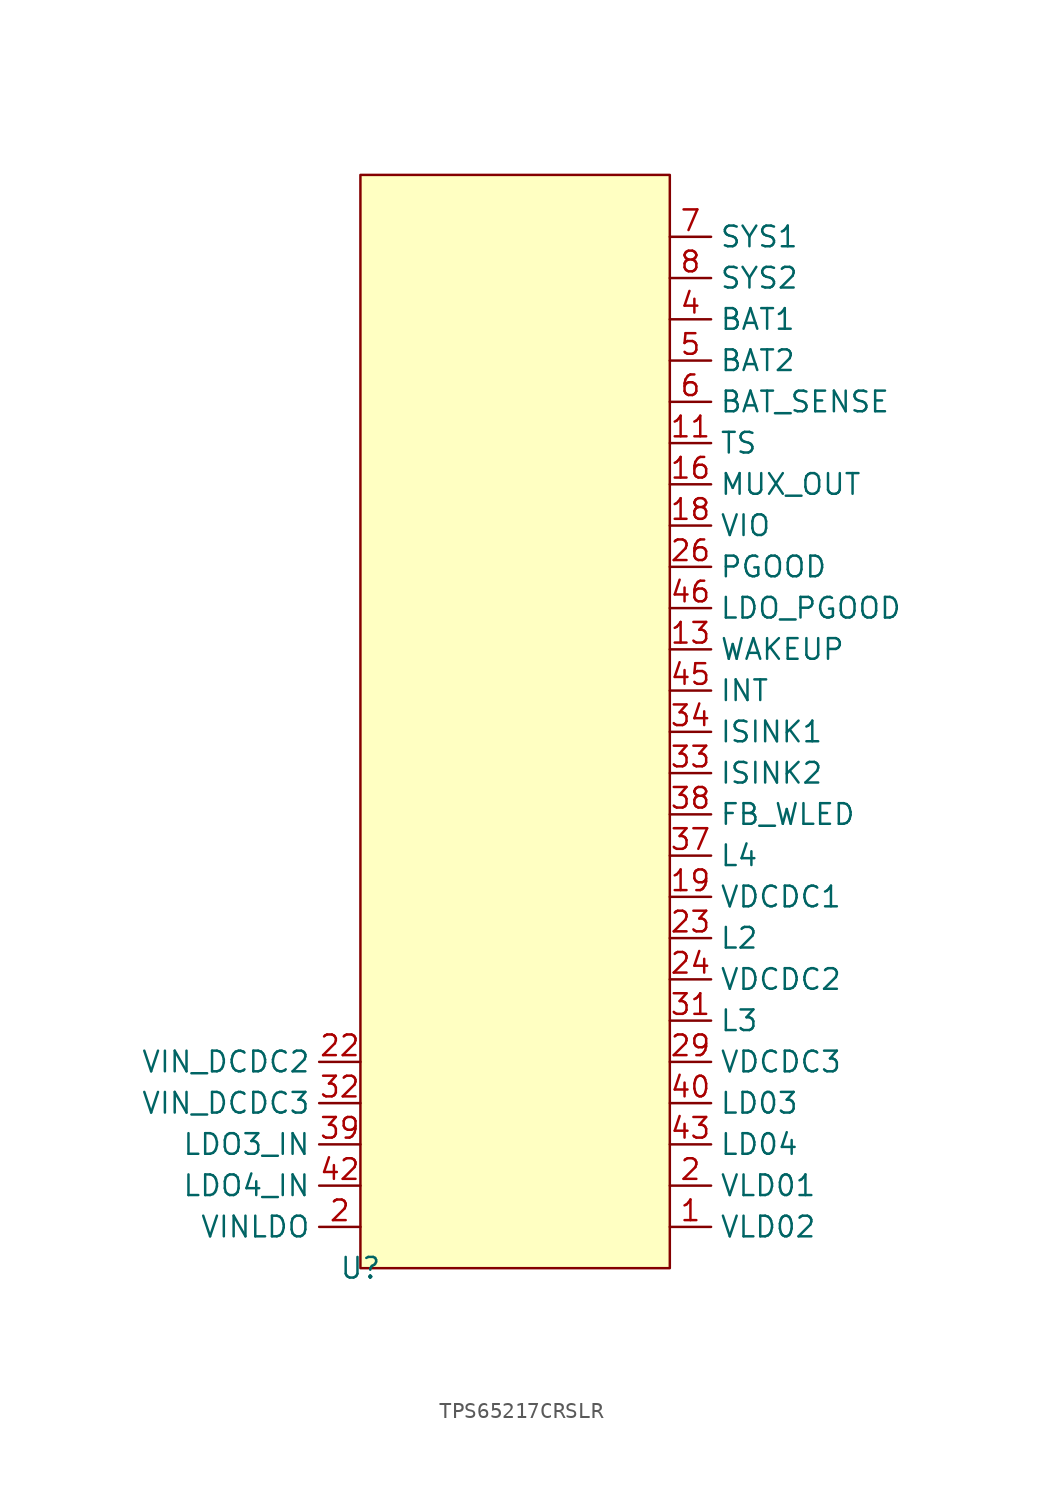
<source format=kicad_sym>
(kicad_symbol_lib
  (version 20231120)
  (generator "kicad_symbol_editor")
  (generator_version "8.0")
  (symbol "TPS65217CRSLR"
    (property "Reference" "U"
      (at 0 0 0)
      (effects (font (size 1.27 1.27))))
    (property "Value" ""
      (at 0 0 0)
      (effects (font (size 1.27 1.27))))
    (symbol "TPS65217CRSLR_1_1"
      (rectangle (start 0 67.31) (end 19.05 0) (stroke (width 0) (type default)) (fill (type color) (color 255 255 194 1)))
      (pin input line (at 19.05 2.54 0) (length 2.54) (name "VLD02" (effects (font (size 1.27 1.27)))) (number "1" (effects (font (size 1.27 1.27)))))
      (pin input line (at 19.05 50.8 0) (length 2.54) (name "TS" (effects (font (size 1.27 1.27)))) (number "11" (effects (font (size 1.27 1.27)))))
      (pin input line (at 19.05 38.1 0) (length 2.54) (name "WAKEUP" (effects (font (size 1.27 1.27)))) (number "13" (effects (font (size 1.27 1.27)))))
      (pin input line (at 19.05 48.26 0) (length 2.54) (name "MUX_OUT" (effects (font (size 1.27 1.27)))) (number "16" (effects (font (size 1.27 1.27)))))
      (pin input line (at 19.05 45.72 0) (length 2.54) (name "VIO" (effects (font (size 1.27 1.27)))) (number "18" (effects (font (size 1.27 1.27)))))
      (pin input line (at 19.05 22.86 0) (length 2.54) (name "VDCDC1" (effects (font (size 1.27 1.27)))) (number "19" (effects (font (size 1.27 1.27)))))
      (pin input line (at 0 2.54 180) (length 2.54) (name "VINLDO" (effects (font (size 1.27 1.27)))) (number "2" (effects (font (size 1.27 1.27)))))
      (pin input line (at 19.05 5.08 0) (length 2.54) (name "VLD01" (effects (font (size 1.27 1.27)))) (number "2" (effects (font (size 1.27 1.27)))))
      (pin input line (at 0 12.7 180) (length 2.54) (name "VIN_DCDC2" (effects (font (size 1.27 1.27)))) (number "22" (effects (font (size 1.27 1.27)))))
      (pin input line (at 19.05 20.32 0) (length 2.54) (name "L2" (effects (font (size 1.27 1.27)))) (number "23" (effects (font (size 1.27 1.27)))))
      (pin input line (at 19.05 17.78 0) (length 2.54) (name "VDCDC2" (effects (font (size 1.27 1.27)))) (number "24" (effects (font (size 1.27 1.27)))))
      (pin input line (at 19.05 43.18 0) (length 2.54) (name "PGOOD" (effects (font (size 1.27 1.27)))) (number "26" (effects (font (size 1.27 1.27)))))
      (pin input line (at 19.05 12.7 0) (length 2.54) (name "VDCDC3" (effects (font (size 1.27 1.27)))) (number "29" (effects (font (size 1.27 1.27)))))
      (pin input line (at 19.05 15.24 0) (length 2.54) (name "L3" (effects (font (size 1.27 1.27)))) (number "31" (effects (font (size 1.27 1.27)))))
      (pin input line (at 0 10.16 180) (length 2.54) (name "VIN_DCDC3" (effects (font (size 1.27 1.27)))) (number "32" (effects (font (size 1.27 1.27)))))
      (pin input line (at 19.05 30.48 0) (length 2.54) (name "ISINK2" (effects (font (size 1.27 1.27)))) (number "33" (effects (font (size 1.27 1.27)))))
      (pin input line (at 19.05 33.02 0) (length 2.54) (name "ISINK1" (effects (font (size 1.27 1.27)))) (number "34" (effects (font (size 1.27 1.27)))))
      (pin input line (at 19.05 25.4 0) (length 2.54) (name "L4" (effects (font (size 1.27 1.27)))) (number "37" (effects (font (size 1.27 1.27)))))
      (pin input line (at 19.05 27.94 0) (length 2.54) (name "FB_WLED" (effects (font (size 1.27 1.27)))) (number "38" (effects (font (size 1.27 1.27)))))
      (pin input line (at 0 7.62 180) (length 2.54) (name "LDO3_IN" (effects (font (size 1.27 1.27)))) (number "39" (effects (font (size 1.27 1.27)))))
      (pin input line (at 19.05 58.42 0) (length 2.54) (name "BAT1" (effects (font (size 1.27 1.27)))) (number "4" (effects (font (size 1.27 1.27)))))
      (pin input line (at 19.05 10.16 0) (length 2.54) (name "LD03" (effects (font (size 1.27 1.27)))) (number "40" (effects (font (size 1.27 1.27)))))
      (pin input line (at 0 5.08 180) (length 2.54) (name "LDO4_IN" (effects (font (size 1.27 1.27)))) (number "42" (effects (font (size 1.27 1.27)))))
      (pin input line (at 19.05 7.62 0) (length 2.54) (name "LD04" (effects (font (size 1.27 1.27)))) (number "43" (effects (font (size 1.27 1.27)))))
      (pin input line (at 19.05 35.56 0) (length 2.54) (name "INT" (effects (font (size 1.27 1.27)))) (number "45" (effects (font (size 1.27 1.27)))))
      (pin input line (at 19.05 40.64 0) (length 2.54) (name "LDO_PGOOD" (effects (font (size 1.27 1.27)))) (number "46" (effects (font (size 1.27 1.27)))))
      (pin input line (at 19.05 55.88 0) (length 2.54) (name "BAT2" (effects (font (size 1.27 1.27)))) (number "5" (effects (font (size 1.27 1.27)))))
      (pin input line (at 19.05 53.34 0) (length 2.54) (name "BAT_SENSE" (effects (font (size 1.27 1.27)))) (number "6" (effects (font (size 1.27 1.27)))))
      (pin input line (at 19.05 63.5 0) (length 2.54) (name "SYS1" (effects (font (size 1.27 1.27)))) (number "7" (effects (font (size 1.27 1.27)))))
      (pin input line (at 19.05 60.96 0) (length 2.54) (name "SYS2" (effects (font (size 1.27 1.27)))) (number "8" (effects (font (size 1.27 1.27))))))))
</source>
